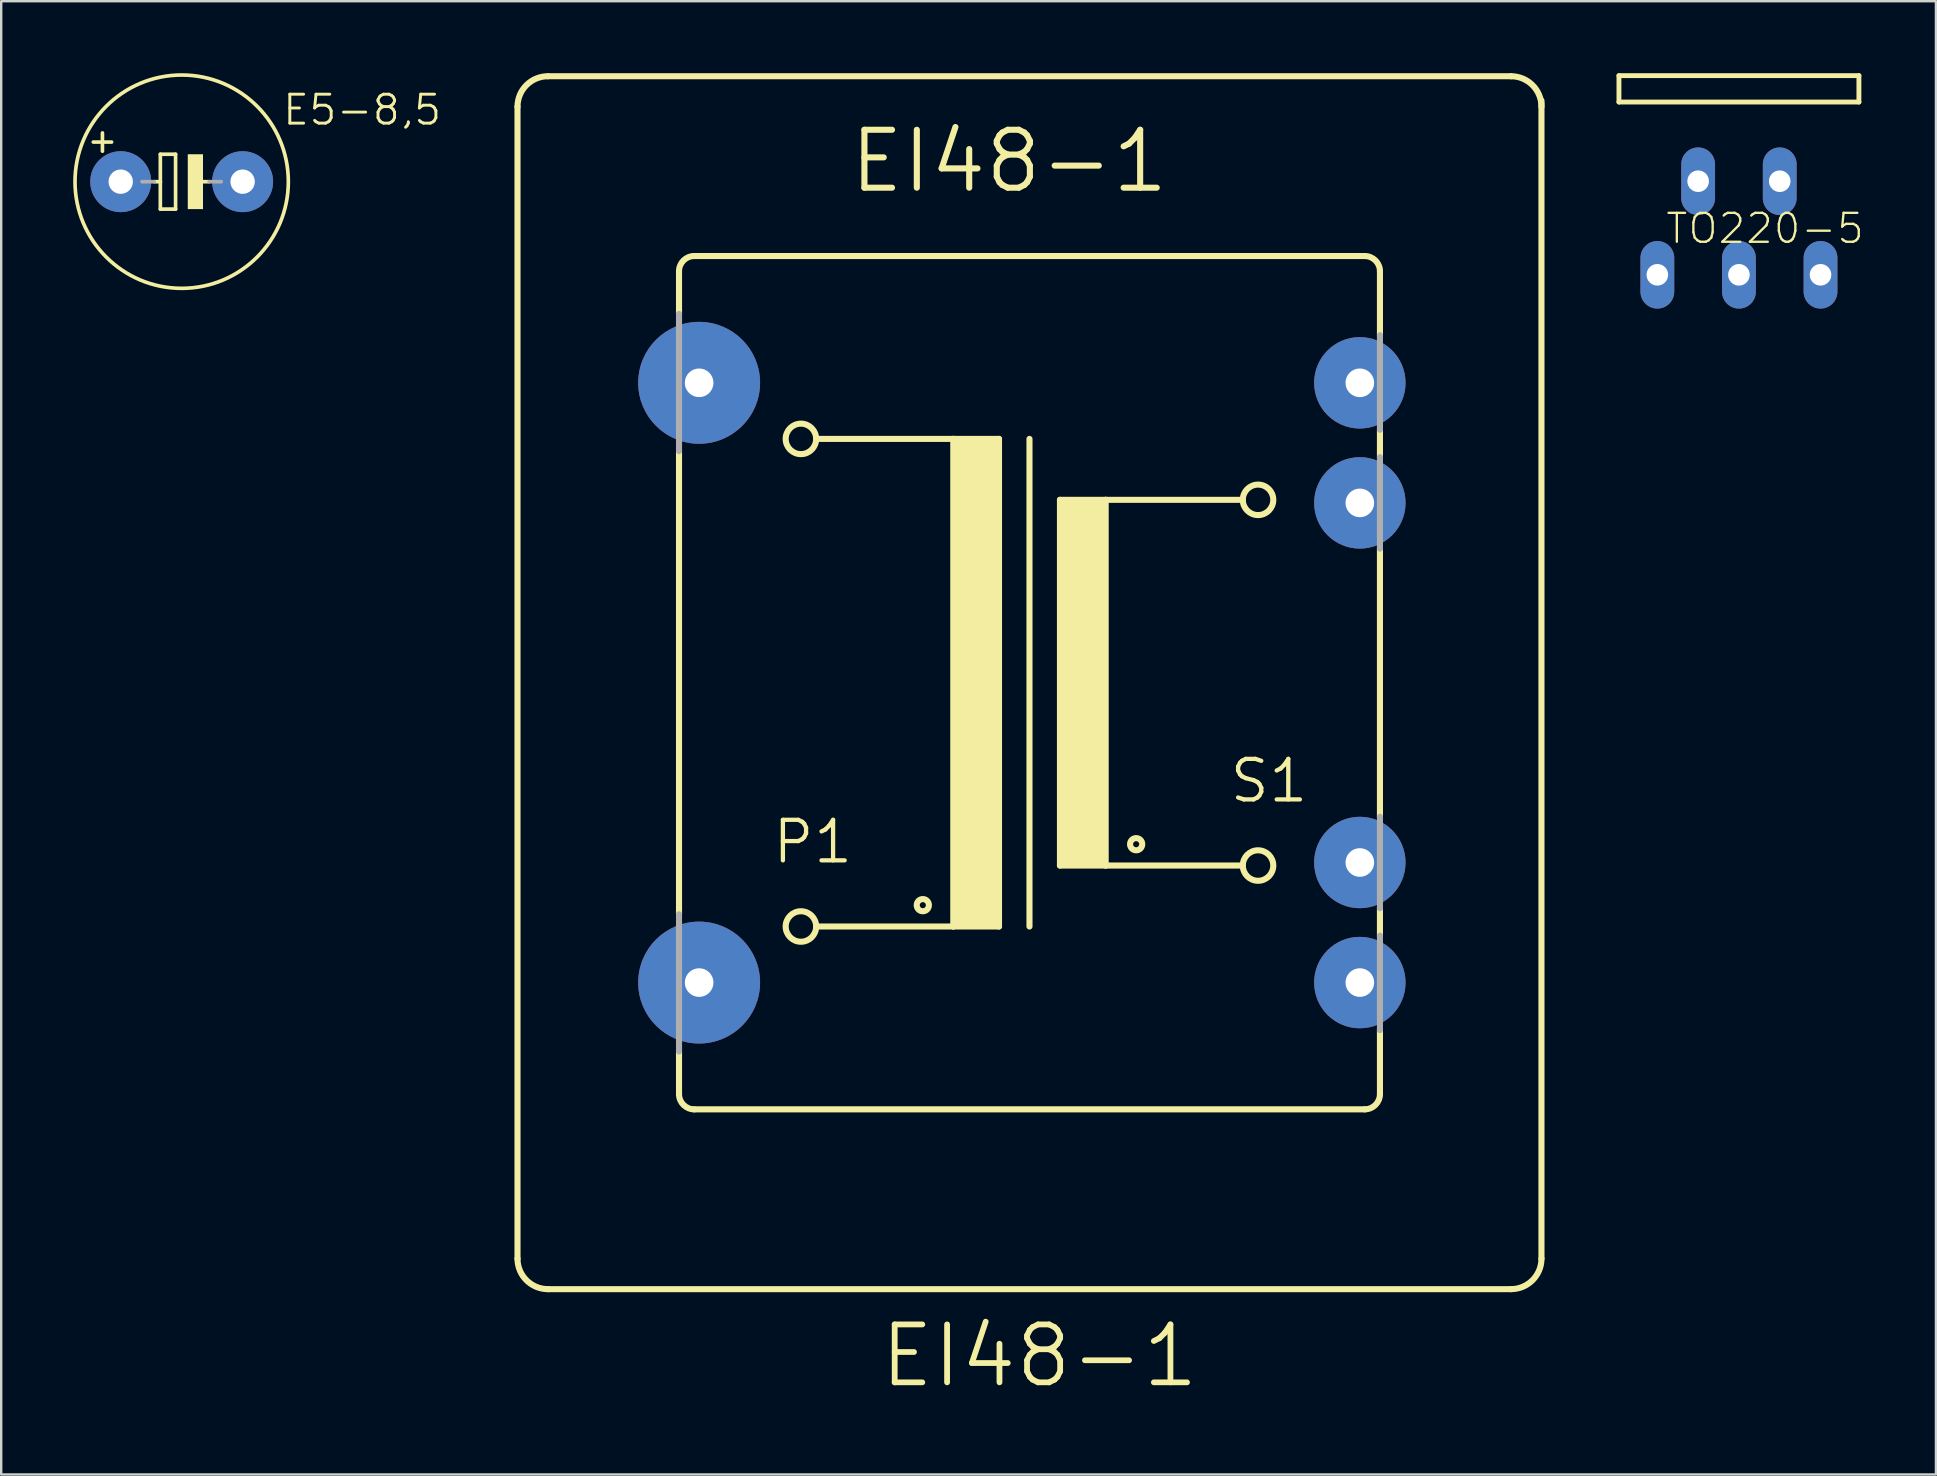
<source format=kicad_pcb>
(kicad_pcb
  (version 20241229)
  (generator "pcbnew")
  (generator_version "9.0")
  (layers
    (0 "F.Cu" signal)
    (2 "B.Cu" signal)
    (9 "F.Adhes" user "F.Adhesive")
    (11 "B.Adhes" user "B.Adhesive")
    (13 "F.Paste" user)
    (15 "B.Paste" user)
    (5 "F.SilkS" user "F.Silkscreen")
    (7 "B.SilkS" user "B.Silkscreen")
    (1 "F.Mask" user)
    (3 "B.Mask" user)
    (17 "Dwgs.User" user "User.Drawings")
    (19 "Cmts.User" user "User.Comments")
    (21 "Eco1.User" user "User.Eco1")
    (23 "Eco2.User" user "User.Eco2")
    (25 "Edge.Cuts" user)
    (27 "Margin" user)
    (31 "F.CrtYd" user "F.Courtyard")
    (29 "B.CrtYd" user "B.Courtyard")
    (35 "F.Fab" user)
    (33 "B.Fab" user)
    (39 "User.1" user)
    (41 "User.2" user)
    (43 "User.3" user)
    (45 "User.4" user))
  (footprint "EI48-1"
    (layer "F.Cu")
    (at 39.852 25.4)
    (property "Reference" "EI48-1" (at -6.35 29.464 0) (layer "F.SilkS") (effects (font (size 2.413 2.413) (thickness 0.241)) (justify left bottom)))
    (attr through_hole)
    (fp_line (start -21.336 24.003) (end -21.336 -24.003) (stroke (width 0.254) (type solid)) (layer "F.SilkS"))
    (fp_line (start -20.066 -25.273) (end 20.066 -25.273) (stroke (width 0.254) (type solid)) (layer "F.SilkS"))
    (fp_line (start -14.605 -17.145) (end -14.605 -15.367) (stroke (width 0.254) (type solid)) (layer "F.SilkS"))
    (fp_line (start -14.605 -9.652) (end -14.605 9.652) (stroke (width 0.254) (type solid)) (layer "F.SilkS"))
    (fp_line (start -14.605 17.145) (end -14.605 15.367) (stroke (width 0.254) (type solid)) (layer "F.SilkS"))
    (fp_line (start -13.97 -17.78) (end 13.97 -17.78) (stroke (width 0.254) (type solid)) (layer "F.SilkS"))
    (fp_line (start -13.97 17.78) (end 13.97 17.78) (stroke (width 0.254) (type solid)) (layer "F.SilkS"))
    (fp_line (start -8.89 -10.16) (end -3.175 -10.16) (stroke (width 0.254) (type solid)) (layer "F.SilkS"))
    (fp_line (start -3.175 -10.16) (end -3.175 10.16) (stroke (width 0.254) (type solid)) (layer "F.SilkS"))
    (fp_line (start -3.175 -10.16) (end -1.27 -10.16) (stroke (width 0.254) (type solid)) (layer "F.SilkS"))
    (fp_line (start -3.175 10.16) (end -8.89 10.16) (stroke (width 0.254) (type solid)) (layer "F.SilkS"))
    (fp_line (start -1.27 -10.16) (end -1.27 10.16) (stroke (width 0.254) (type solid)) (layer "F.SilkS"))
    (fp_line (start -1.27 10.16) (end -3.175 10.16) (stroke (width 0.254) (type solid)) (layer "F.SilkS"))
    (fp_line (start 0 -10.16) (end 0 10.16) (stroke (width 0.254) (type solid)) (layer "F.SilkS"))
    (fp_line (start 1.27 -7.62) (end 1.27 7.62) (stroke (width 0.254) (type solid)) (layer "F.SilkS"))
    (fp_line (start 1.27 -7.62) (end 3.175 -7.62) (stroke (width 0.254) (type solid)) (layer "F.SilkS"))
    (fp_line (start 1.27 7.62) (end 3.175 7.62) (stroke (width 0.254) (type solid)) (layer "F.SilkS"))
    (fp_line (start 3.175 -7.62) (end 8.89 -7.62) (stroke (width 0.254) (type solid)) (layer "F.SilkS"))
    (fp_line (start 3.175 7.62) (end 3.175 -7.62) (stroke (width 0.254) (type solid)) (layer "F.SilkS"))
    (fp_line (start 3.175 7.62) (end 8.89 7.62) (stroke (width 0.254) (type solid)) (layer "F.SilkS"))
    (fp_line (start 14.605 -17.145) (end 14.605 -14.478) (stroke (width 0.254) (type solid)) (layer "F.SilkS"))
    (fp_line (start 14.605 -10.541) (end 14.605 -9.398) (stroke (width 0.254) (type solid)) (layer "F.SilkS"))
    (fp_line (start 14.605 -5.588) (end 14.605 5.588) (stroke (width 0.254) (type solid)) (layer "F.SilkS"))
    (fp_line (start 14.605 9.398) (end 14.605 10.541) (stroke (width 0.254) (type solid)) (layer "F.SilkS"))
    (fp_line (start 14.605 17.145) (end 14.605 14.478) (stroke (width 0.254) (type solid)) (layer "F.SilkS"))
    (fp_line (start 20.066 25.273) (end -20.066 25.273) (stroke (width 0.254) (type solid)) (layer "F.SilkS"))
    (fp_line (start 21.336 -24.257) (end 21.336 24.003) (stroke (width 0.254) (type solid)) (layer "F.SilkS"))
    (fp_arc (start -21.336 -24.003) (mid -20.964026 -24.901026) (end -20.066 -25.273) (stroke (width 0.254) (type solid)) (layer "F.SilkS"))
    (fp_arc (start -20.066 25.273) (mid -20.964026 24.901026) (end -21.336 24.003) (stroke (width 0.254) (type solid)) (layer "F.SilkS"))
    (fp_arc (start -14.605 -17.145) (mid -14.419013 -17.594013) (end -13.97 -17.78) (stroke (width 0.254) (type solid)) (layer "F.SilkS"))
    (fp_arc (start -13.97 17.78) (mid -14.419013 17.594013) (end -14.605 17.145) (stroke (width 0.254) (type solid)) (layer "F.SilkS"))
    (fp_arc (start 13.97 -17.78) (mid 14.419013 -17.594013) (end 14.605 -17.145) (stroke (width 0.254) (type solid)) (layer "F.SilkS"))
    (fp_arc (start 14.605 17.145) (mid 14.419013 17.594013) (end 13.97 17.78) (stroke (width 0.254) (type solid)) (layer "F.SilkS"))
    (fp_arc (start 20.066 -25.273) (mid 20.964026 -24.901026) (end 21.336 -24.003) (stroke (width 0.254) (type solid)) (layer "F.SilkS"))
    (fp_arc (start 21.336 24.003) (mid 20.964026 24.901026) (end 20.066 25.273) (stroke (width 0.254) (type solid)) (layer "F.SilkS"))
    (fp_circle (center -9.525 -10.16) (end -8.89 -10.16) (stroke (width 0.254) (type solid)) (fill no) (layer "F.SilkS"))
    (fp_circle (center -9.525 10.16) (end -8.89 10.16) (stroke (width 0.254) (type solid)) (fill no) (layer "F.SilkS"))
    (fp_circle (center -4.445 9.271) (end -4.191 9.271) (stroke (width 0.254) (type solid)) (fill no) (layer "F.SilkS"))
    (fp_circle (center 4.445 6.731) (end 4.699 6.731) (stroke (width 0.254) (type solid)) (fill no) (layer "F.SilkS"))
    (fp_circle (center 9.525 -7.62) (end 10.16 -7.62) (stroke (width 0.254) (type solid)) (fill no) (layer "F.SilkS"))
    (fp_circle (center 9.525 7.62) (end 10.16 7.62) (stroke (width 0.254) (type solid)) (fill no) (layer "F.SilkS"))
    (fp_poly (pts (xy -3.175 10.16) (xy -1.27 10.16) (xy -1.27 -10.16) (xy -3.175 -10.16)) (stroke (width 0) (type solid)) (fill yes) (layer "F.SilkS"))
    (fp_poly (pts (xy 1.27 7.62) (xy 3.175 7.62) (xy 3.175 -7.62) (xy 1.27 -7.62)) (stroke (width 0) (type solid)) (fill yes) (layer "F.SilkS"))
    (fp_line (start -14.605 -9.652) (end -14.605 -15.367) (stroke (width 0.254) (type solid)) (layer "F.Fab"))
    (fp_line (start -14.605 9.652) (end -14.605 15.367) (stroke (width 0.254) (type solid)) (layer "F.Fab"))
    (fp_line (start 14.605 -10.541) (end 14.605 -14.478) (stroke (width 0.254) (type solid)) (layer "F.Fab"))
    (fp_line (start 14.605 -5.588) (end 14.605 -9.398) (stroke (width 0.254) (type solid)) (layer "F.Fab"))
    (fp_line (start 14.605 9.398) (end 14.605 5.588) (stroke (width 0.254) (type solid)) (layer "F.Fab"))
    (fp_line (start 14.605 14.478) (end 14.605 10.541) (stroke (width 0.254) (type solid)) (layer "F.Fab"))
    (fp_text user "S1" (at 8.255 5.08 0) (layer "F.SilkS") (effects (font (size 1.689 1.689) (thickness 0.178)) (justify left bottom)))
    (fp_text user "EI48-1" (at -7.62 -20.32 0) (layer "F.SilkS") (effects (font (size 2.413 2.413) (thickness 0.254)) (justify left bottom)))
    (fp_text user "P1" (at -10.795 7.62 0) (layer "F.SilkS") (effects (font (size 1.689 1.689) (thickness 0.178)) (justify left bottom)))
    (pad "1" thru_hole circle (at -13.767 -12.497) (size 5.08 5.08) (drill 1.194) (layers "*.Cu" "*.Mask"))
    (pad "6" thru_hole circle (at -13.767 12.497) (size 5.08 5.08) (drill 1.194) (layers "*.Cu" "*.Mask"))
    (pad "7" thru_hole circle (at 13.767 12.497) (size 3.81 3.81) (drill 1.194) (layers "*.Cu" "*.Mask"))
    (pad "8" thru_hole circle (at 13.767 7.493) (size 3.81 3.81) (drill 1.194) (layers "*.Cu" "*.Mask"))
    (pad "11" thru_hole circle (at 13.767 -7.493) (size 3.81 3.81) (drill 1.194) (layers "*.Cu" "*.Mask"))
    (pad "12" thru_hole circle (at 13.767 -12.497) (size 3.81 3.81) (drill 1.194) (layers "*.Cu" "*.Mask")))
  (footprint "TO220-5"
    (layer "F.Cu")
    (at 69.417 5.082)
    (property "Reference" "TO220-5" (at -3.111 2.095 0) (layer "F.SilkS") (effects (font (size 1.206 1.206) (thickness 0.097)) (justify left bottom)))
    (attr through_hole)
    (fp_line (start -5 -4.98) (end -5 -3.88) (stroke (width 0.203) (type solid)) (layer "F.SilkS"))
    (fp_line (start -5 -3.88) (end 5 -3.88) (stroke (width 0.203) (type solid)) (layer "F.SilkS"))
    (fp_line (start 5 -4.98) (end -5 -4.98) (stroke (width 0.203) (type solid)) (layer "F.SilkS"))
    (fp_line (start 5 -3.88) (end 5 -4.98) (stroke (width 0.203) (type solid)) (layer "F.SilkS"))
    (pad "1" thru_hole oval (at -3.4 3.32 90) (size 2.816 1.408) (drill 0.9) (layers "*.Cu" "*.Mask"))
    (pad "2" thru_hole oval (at -1.7 -0.58 90) (size 2.816 1.408) (drill 0.9) (layers "*.Cu" "*.Mask"))
    (pad "3" thru_hole oval (at 0 3.32 90) (size 2.816 1.408) (drill 0.9) (layers "*.Cu" "*.Mask"))
    (pad "4" thru_hole oval (at 1.7 -0.58 90) (size 2.816 1.408) (drill 0.9) (layers "*.Cu" "*.Mask"))
    (pad "5" thru_hole oval (at 3.4 3.32 90) (size 2.816 1.408) (drill 0.9) (layers "*.Cu" "*.Mask")))
  (footprint "E5-8,5"
    (layer "F.Cu")
    (at 4.521 4.521)
    (property "Reference" "E5-8,5" (at 4.14 -2.286 180) (layer "F.SilkS") (effects (font (size 1.206 1.206) (thickness 0.121)) (justify left bottom)))
    (attr through_hole)
    (fp_line (start -3.683 -1.651) (end -2.921 -1.651) (stroke (width 0.152) (type solid)) (layer "F.SilkS"))
    (fp_line (start -3.302 -2.032) (end -3.302 -1.27) (stroke (width 0.152) (type solid)) (layer "F.SilkS"))
    (fp_line (start -1.143 0) (end -0.889 0) (stroke (width 0.152) (type solid)) (layer "F.SilkS"))
    (fp_line (start -0.889 -1.143) (end -0.889 0) (stroke (width 0.152) (type solid)) (layer "F.SilkS"))
    (fp_line (start -0.889 0) (end -0.889 1.143) (stroke (width 0.152) (type solid)) (layer "F.SilkS"))
    (fp_line (start -0.889 1.143) (end -0.254 1.143) (stroke (width 0.152) (type solid)) (layer "F.SilkS"))
    (fp_line (start -0.254 -1.143) (end -0.889 -1.143) (stroke (width 0.152) (type solid)) (layer "F.SilkS"))
    (fp_line (start -0.254 1.143) (end -0.254 -1.143) (stroke (width 0.152) (type solid)) (layer "F.SilkS"))
    (fp_line (start 0.635 0) (end 1.143 0) (stroke (width 0.152) (type solid)) (layer "F.SilkS"))
    (fp_circle (center 0 0) (end 4.445 0) (stroke (width 0.152) (type solid)) (fill no) (layer "F.SilkS"))
    (fp_poly (pts (xy 0.254 1.143) (xy 0.889 1.143) (xy 0.889 -1.143) (xy 0.254 -1.143)) (stroke (width 0) (type solid)) (fill yes) (layer "F.SilkS"))
    (fp_line (start -1.651 0) (end -1.143 0) (stroke (width 0.152) (type solid)) (layer "F.Fab"))
    (fp_line (start 1.143 0) (end 1.651 0) (stroke (width 0.152) (type solid)) (layer "F.Fab"))
    (pad "+" thru_hole circle (at -2.54 0) (size 2.54 2.54) (drill 1.016) (layers "*.Cu" "*.Mask"))
    (pad "-" thru_hole circle (at 2.54 0) (size 2.54 2.54) (drill 1.016) (layers "*.Cu" "*.Mask")))
  (gr_rect
    (start -3 -3)
    (end 77.627 58.397)
    (stroke (width 0.1) (type default))
    (fill no)
    (layer "Edge.Cuts")))
</source>
